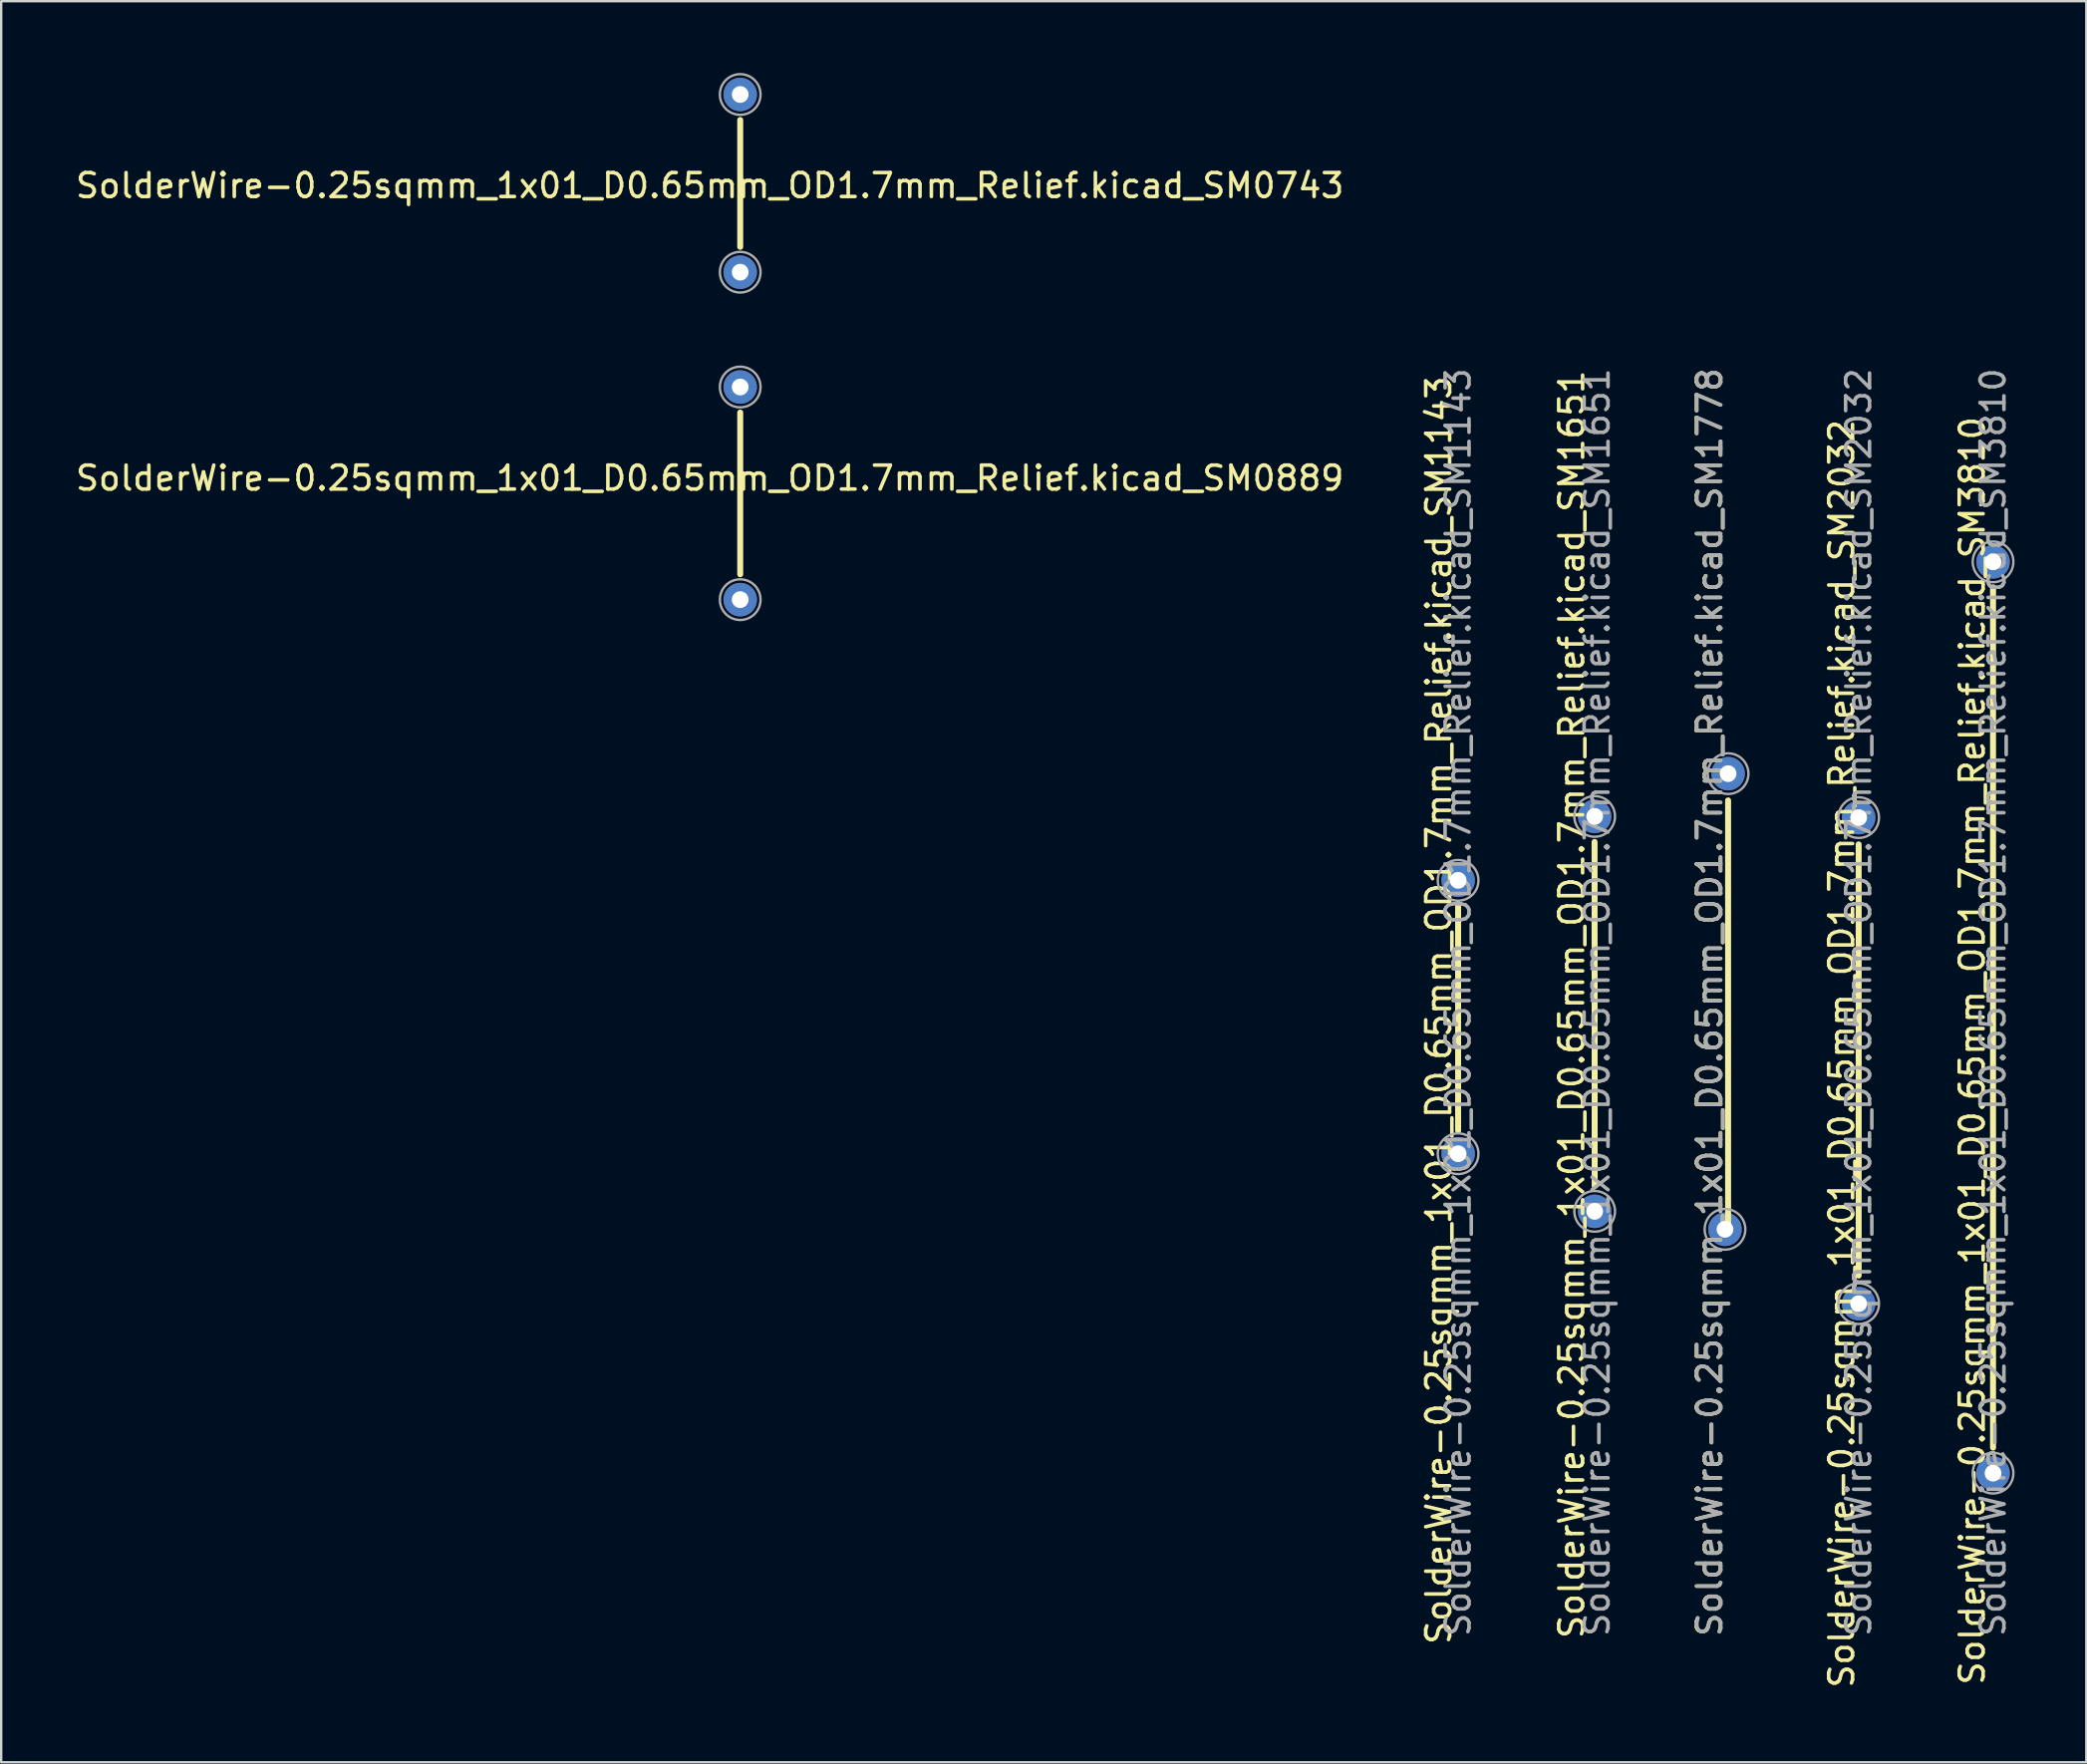
<source format=kicad_pcb>
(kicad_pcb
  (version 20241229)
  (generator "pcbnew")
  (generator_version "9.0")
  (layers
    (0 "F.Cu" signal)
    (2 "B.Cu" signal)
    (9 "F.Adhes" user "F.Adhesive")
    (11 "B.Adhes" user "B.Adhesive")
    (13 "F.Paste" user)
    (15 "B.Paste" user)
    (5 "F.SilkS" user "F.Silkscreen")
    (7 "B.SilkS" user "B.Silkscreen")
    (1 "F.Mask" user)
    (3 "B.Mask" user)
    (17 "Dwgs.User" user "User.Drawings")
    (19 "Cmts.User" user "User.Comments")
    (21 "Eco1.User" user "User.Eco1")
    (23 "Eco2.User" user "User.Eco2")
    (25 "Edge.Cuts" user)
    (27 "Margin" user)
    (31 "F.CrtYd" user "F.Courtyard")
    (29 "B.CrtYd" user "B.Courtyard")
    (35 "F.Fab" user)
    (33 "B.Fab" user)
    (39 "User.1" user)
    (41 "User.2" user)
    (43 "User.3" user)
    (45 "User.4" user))
  (footprint "SolderWire-0.25sqmm_1x01_D0.65mm_OD1.7mm_Relief.kicad_SM0889"
    (layer "F.Cu")
    (at 27.895 13.13)
    (property "Reference" "SolderWire-0.25sqmm_1x01_D0.65mm_OD1.7mm_Relief.kicad_SM0889" (at -1.27 3.81 0) (layer "F.SilkS") (effects (font (size 1 1) (thickness 0.15))))
    (attr exclude_from_pos_files exclude_from_bom)
    (fp_line (start 0 1.067) (end 0 7.83) (stroke (width 0.25) (type solid)) (layer "F.SilkS"))
    (fp_circle (center 0 0) (end 0.85 0) (stroke (width 0.1) (type solid)) (fill no) (layer "F.Fab"))
    (fp_circle (center 0 8.89) (end 0.85 8.89) (stroke (width 0.1) (type solid)) (fill no) (layer "F.Fab"))
    (pad "1" thru_hole circle (at 0 0) (size 1.4 1.4) (drill 0.7) (layers "*.Cu" "*.Mask"))
    (pad "2" thru_hole circle (at 0 8.89) (size 1.4 1.4) (drill 0.7) (layers "*.Cu" "*.Mask")))
  (footprint "SolderWire-0.25sqmm_1x01_D0.65mm_OD1.7mm_Relief.kicad_SM0743"
    (layer "F.Cu")
    (at 27.895 0.9)
    (property "Reference" "SolderWire-0.25sqmm_1x01_D0.65mm_OD1.7mm_Relief.kicad_SM0743" (at -1.27 3.81 0) (layer "F.SilkS") (effects (font (size 1 1) (thickness 0.15))))
    (attr exclude_from_pos_files exclude_from_bom)
    (fp_line (start 0 1.067) (end 0 6.37) (stroke (width 0.25) (type solid)) (layer "F.SilkS"))
    (fp_circle (center 0 0) (end 0.85 0) (stroke (width 0.1) (type solid)) (fill no) (layer "F.Fab"))
    (fp_circle (center 0 7.43) (end 0.85 7.43) (stroke (width 0.1) (type solid)) (fill no) (layer "F.Fab"))
    (pad "1" thru_hole circle (at 0 0) (size 1.4 1.4) (drill 0.7) (layers "*.Cu" "*.Mask"))
    (pad "2" thru_hole circle (at 0 7.43) (size 1.4 1.4) (drill 0.7) (layers "*.Cu" "*.Mask")))
  (footprint "SolderWire-0.25sqmm_1x01_D0.65mm_OD1.7mm_Relief.kicad_SM1778"
    (layer "F.Cu")
    (at 69.195 29.295)
    (property "Reference" "SolderWire-0.25sqmm_1x01_D0.65mm_OD1.7mm_Relief.kicad_SM1778" (at -0.78 9.56 270) (layer "F.SilkS") (effects (font (size 1 1) (thickness 0.15))))
    (attr exclude_from_pos_files exclude_from_bom)
    (fp_line (start 0 1.118) (end 0 19.144) (stroke (width 0.25) (type solid)) (layer "F.SilkS"))
    (fp_circle (center -0.13 19.05) (end 0.72 19.05) (stroke (width 0.1) (type solid)) (fill no) (layer "F.Fab"))
    (fp_circle (center 0 0) (end 0.85 0) (stroke (width 0.1) (type solid)) (fill no) (layer "F.Fab"))
    (fp_text user "${REFERENCE}" (at -0.76 9.56 270) (layer "F.Fab") (effects (font (size 1 1) (thickness 0.15))))
    (pad "1" thru_hole circle (at 0 0) (size 1.4 1.4) (drill 0.7) (layers "*.Cu" "*.Mask"))
    (pad "2" thru_hole circle (at -0.13 19.05) (size 1.4 1.4) (drill 0.7) (layers "*.Cu" "*.Mask")))
  (footprint "SolderWire-0.25sqmm_1x01_D0.65mm_OD1.7mm_Relief.kicad_SM1651"
    (layer "F.Cu")
    (at 63.617 31.083)
    (property "Reference" "SolderWire-0.25sqmm_1x01_D0.65mm_OD1.7mm_Relief.kicad_SM1651" (at -0.96 7.86 90) (layer "F.SilkS") (effects (font (size 1 1) (thickness 0.15))))
    (attr exclude_from_pos_files exclude_from_bom)
    (fp_line (start -0.005 1.067) (end 0 15.448) (stroke (width 0.25) (type solid)) (layer "F.SilkS"))
    (fp_circle (center 0 0) (end 0.85 0) (stroke (width 0.1) (type solid)) (fill no) (layer "F.Fab"))
    (fp_circle (center 0 16.51) (end 0.85 16.51) (stroke (width 0.1) (type solid)) (fill no) (layer "F.Fab"))
    (fp_text user "${REFERENCE}" (at 0.102 7.772 90) (layer "F.Fab") (effects (font (size 1 1) (thickness 0.15))))
    (pad "1" thru_hole circle (at 0 0) (size 1.4 1.4) (drill 0.7) (layers "*.Cu" "*.Mask"))
    (pad "2" thru_hole circle (at 0 16.51) (size 1.4 1.4) (drill 0.7) (layers "*.Cu" "*.Mask")))
  (footprint "SolderWire-0.25sqmm_1x01_D0.65mm_OD1.7mm_Relief.kicad_SM1143"
    (layer "F.Cu")
    (at 57.908 33.755)
    (property "Reference" "SolderWire-0.25sqmm_1x01_D0.65mm_OD1.7mm_Relief.kicad_SM1143" (at -0.81 5.43 90) (layer "F.SilkS") (effects (font (size 1 1) (thickness 0.15))))
    (attr exclude_from_pos_files exclude_from_bom)
    (fp_line (start 0 0.98) (end 0 10.46) (stroke (width 0.25) (type solid)) (layer "F.SilkS"))
    (fp_circle (center 0 0) (end 0.85 0) (stroke (width 0.1) (type solid)) (fill no) (layer "F.Fab"))
    (fp_circle (center 0 11.43) (end 0.85 11.43) (stroke (width 0.1) (type solid)) (fill no) (layer "F.Fab"))
    (fp_text user "${REFERENCE}" (at 0 5.1 90) (layer "F.Fab") (effects (font (size 1 1) (thickness 0.15))))
    (pad "1" thru_hole circle (at 0 0) (size 1.4 1.4) (drill 0.7) (layers "*.Cu" "*.Mask"))
    (pad "2" thru_hole circle (at 0 11.43) (size 1.4 1.4) (drill 0.7) (layers "*.Cu" "*.Mask")))
  (footprint "SolderWire-0.25sqmm_1x01_D0.65mm_OD1.7mm_Relief.kicad_SM3810"
    (layer "F.Cu")
    (at 80.271 20.44)
    (property "Reference" "SolderWire-0.25sqmm_1x01_D0.65mm_OD1.7mm_Relief.kicad_SM3810" (at -0.87 20.44 90) (layer "F.SilkS") (effects (font (size 1 1) (thickness 0.15))))
    (attr exclude_from_pos_files exclude_from_bom)
    (fp_line (start 0 1.067) (end 0 37.033) (stroke (width 0.25) (type solid)) (layer "F.SilkS"))
    (fp_circle (center 0 0) (end 0.85 0) (stroke (width 0.1) (type solid)) (fill no) (layer "F.Fab"))
    (fp_circle (center 0 38.1) (end 0.85 38.1) (stroke (width 0.1) (type solid)) (fill no) (layer "F.Fab"))
    (fp_text user "${REFERENCE}" (at 0 18.415 90) (layer "F.Fab") (effects (font (size 1 1) (thickness 0.15))))
    (pad "1" thru_hole circle (at 0 0) (size 1.4 1.4) (drill 0.7) (layers "*.Cu" "*.Mask"))
    (pad "2" thru_hole circle (at 0 38.1) (size 1.4 1.4) (drill 0.7) (layers "*.Cu" "*.Mask")))
  (footprint "SolderWire-0.25sqmm_1x01_D0.65mm_OD1.7mm_Relief.kicad_SM2032"
    (layer "F.Cu")
    (at 74.653 31.133)
    (property "Reference" "SolderWire-0.25sqmm_1x01_D0.65mm_OD1.7mm_Relief.kicad_SM2032" (at -0.71 9.87 90) (layer "F.SilkS") (effects (font (size 1 1) (thickness 0.15))))
    (attr exclude_from_pos_files exclude_from_bom)
    (fp_line (start 0 1.118) (end 0 19.144) (stroke (width 0.25) (type solid)) (layer "F.SilkS"))
    (fp_circle (center 0 0) (end 0.85 0) (stroke (width 0.1) (type solid)) (fill no) (layer "F.Fab"))
    (fp_circle (center 0 20.32) (end 0.85 20.32) (stroke (width 0.1) (type solid)) (fill no) (layer "F.Fab"))
    (fp_text user "${REFERENCE}" (at 0 7.722 90) (layer "F.Fab") (effects (font (size 1 1) (thickness 0.15))))
    (pad "1" thru_hole circle (at 0 0) (size 1.4 1.4) (drill 0.7) (layers "*.Cu" "*.Mask"))
    (pad "2" thru_hole circle (at 0 20.32) (size 1.4 1.4) (drill 0.7) (layers "*.Cu" "*.Mask")))
  (gr_rect
    (start -3 -3)
    (end 84.171 70.628)
    (stroke (width 0.1) (type default))
    (fill no)
    (layer "Edge.Cuts")))
</source>
